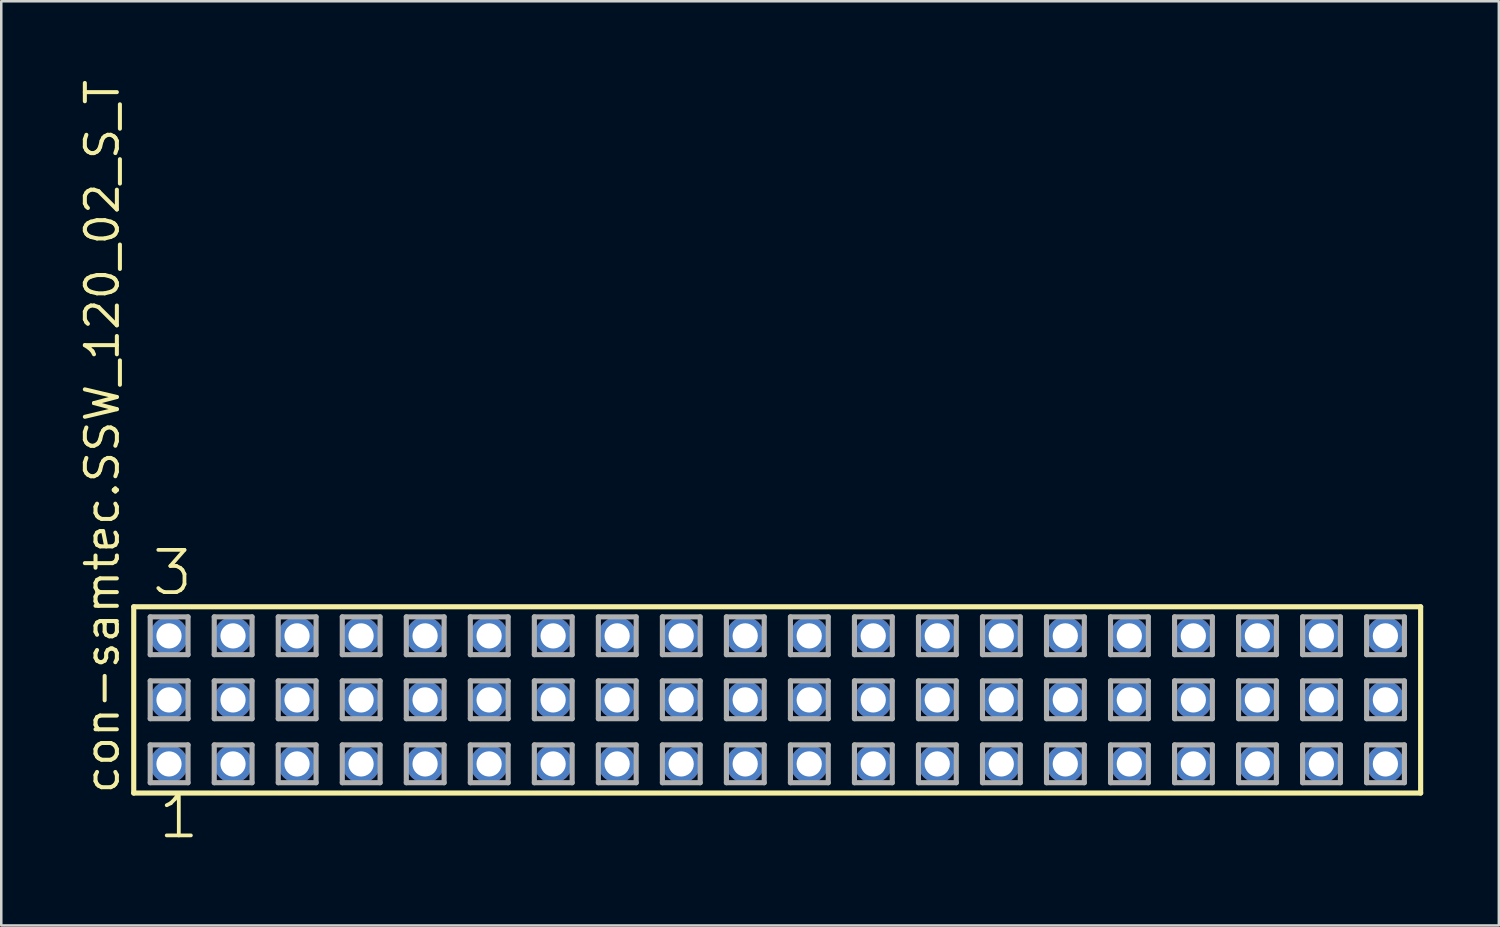
<source format=kicad_pcb>
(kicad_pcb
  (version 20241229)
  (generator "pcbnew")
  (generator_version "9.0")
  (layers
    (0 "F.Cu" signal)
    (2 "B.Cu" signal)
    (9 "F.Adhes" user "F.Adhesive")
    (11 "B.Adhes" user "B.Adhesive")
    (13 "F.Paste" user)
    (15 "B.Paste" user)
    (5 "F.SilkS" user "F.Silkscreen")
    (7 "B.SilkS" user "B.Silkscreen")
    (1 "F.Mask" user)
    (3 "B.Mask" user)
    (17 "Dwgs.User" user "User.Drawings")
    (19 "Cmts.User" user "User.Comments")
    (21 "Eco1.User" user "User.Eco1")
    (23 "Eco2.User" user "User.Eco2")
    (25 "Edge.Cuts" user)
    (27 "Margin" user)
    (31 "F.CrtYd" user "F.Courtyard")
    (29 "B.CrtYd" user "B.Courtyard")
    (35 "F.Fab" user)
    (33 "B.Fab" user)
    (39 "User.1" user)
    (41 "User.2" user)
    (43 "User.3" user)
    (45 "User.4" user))
  (footprint "con-samtec.SSW_120_02_S_T"
    (layer "F.Cu")
    (at 27.785 24.719)
    (property "Reference" "con-samtec.SSW_120_02_S_T" (at -26.035 3.81 90) (layer "F.SilkS") (effects (font (size 1.27 1.27) (thickness 0.16)) (justify left bottom)))
    (attr through_hole)
    (fp_line (start -25.529 -3.695) (end 25.529 -3.695) (stroke (width 0.203) (type default)) (layer "F.SilkS"))
    (fp_line (start -25.529 3.695) (end -25.529 -3.695) (stroke (width 0.203) (type default)) (layer "F.SilkS"))
    (fp_line (start 25.529 -3.695) (end 25.529 3.695) (stroke (width 0.203) (type default)) (layer "F.SilkS"))
    (fp_line (start 25.529 3.695) (end -25.529 3.695) (stroke (width 0.203) (type default)) (layer "F.SilkS"))
    (fp_line (start -24.875 -3.295) (end -23.375 -3.295) (stroke (width 0.203) (type default)) (layer "F.Fab"))
    (fp_line (start -24.875 -1.795) (end -24.875 -3.295) (stroke (width 0.203) (type default)) (layer "F.Fab"))
    (fp_line (start -24.875 -0.755) (end -23.375 -0.755) (stroke (width 0.203) (type default)) (layer "F.Fab"))
    (fp_line (start -24.875 0.745) (end -24.875 -0.755) (stroke (width 0.203) (type default)) (layer "F.Fab"))
    (fp_line (start -24.875 1.785) (end -23.375 1.785) (stroke (width 0.203) (type default)) (layer "F.Fab"))
    (fp_line (start -24.875 3.285) (end -24.875 1.785) (stroke (width 0.203) (type default)) (layer "F.Fab"))
    (fp_line (start -23.375 -3.295) (end -23.375 -1.795) (stroke (width 0.203) (type default)) (layer "F.Fab"))
    (fp_line (start -23.375 -1.795) (end -24.875 -1.795) (stroke (width 0.203) (type default)) (layer "F.Fab"))
    (fp_line (start -23.375 -0.755) (end -23.375 0.745) (stroke (width 0.203) (type default)) (layer "F.Fab"))
    (fp_line (start -23.375 0.745) (end -24.875 0.745) (stroke (width 0.203) (type default)) (layer "F.Fab"))
    (fp_line (start -23.375 1.785) (end -23.375 3.285) (stroke (width 0.203) (type default)) (layer "F.Fab"))
    (fp_line (start -23.375 3.285) (end -24.875 3.285) (stroke (width 0.203) (type default)) (layer "F.Fab"))
    (fp_line (start -22.335 -3.295) (end -20.835 -3.295) (stroke (width 0.203) (type default)) (layer "F.Fab"))
    (fp_line (start -22.335 -1.795) (end -22.335 -3.295) (stroke (width 0.203) (type default)) (layer "F.Fab"))
    (fp_line (start -22.335 -0.755) (end -20.835 -0.755) (stroke (width 0.203) (type default)) (layer "F.Fab"))
    (fp_line (start -22.335 0.745) (end -22.335 -0.755) (stroke (width 0.203) (type default)) (layer "F.Fab"))
    (fp_line (start -22.335 1.785) (end -20.835 1.785) (stroke (width 0.203) (type default)) (layer "F.Fab"))
    (fp_line (start -22.335 3.285) (end -22.335 1.785) (stroke (width 0.203) (type default)) (layer "F.Fab"))
    (fp_line (start -20.835 -3.295) (end -20.835 -1.795) (stroke (width 0.203) (type default)) (layer "F.Fab"))
    (fp_line (start -20.835 -1.795) (end -22.335 -1.795) (stroke (width 0.203) (type default)) (layer "F.Fab"))
    (fp_line (start -20.835 -0.755) (end -20.835 0.745) (stroke (width 0.203) (type default)) (layer "F.Fab"))
    (fp_line (start -20.835 0.745) (end -22.335 0.745) (stroke (width 0.203) (type default)) (layer "F.Fab"))
    (fp_line (start -20.835 1.785) (end -20.835 3.285) (stroke (width 0.203) (type default)) (layer "F.Fab"))
    (fp_line (start -20.835 3.285) (end -22.335 3.285) (stroke (width 0.203) (type default)) (layer "F.Fab"))
    (fp_line (start -19.795 -3.295) (end -18.295 -3.295) (stroke (width 0.203) (type default)) (layer "F.Fab"))
    (fp_line (start -19.795 -1.795) (end -19.795 -3.295) (stroke (width 0.203) (type default)) (layer "F.Fab"))
    (fp_line (start -19.795 -0.755) (end -18.295 -0.755) (stroke (width 0.203) (type default)) (layer "F.Fab"))
    (fp_line (start -19.795 0.745) (end -19.795 -0.755) (stroke (width 0.203) (type default)) (layer "F.Fab"))
    (fp_line (start -19.795 1.785) (end -18.295 1.785) (stroke (width 0.203) (type default)) (layer "F.Fab"))
    (fp_line (start -19.795 3.285) (end -19.795 1.785) (stroke (width 0.203) (type default)) (layer "F.Fab"))
    (fp_line (start -18.295 -3.295) (end -18.295 -1.795) (stroke (width 0.203) (type default)) (layer "F.Fab"))
    (fp_line (start -18.295 -1.795) (end -19.795 -1.795) (stroke (width 0.203) (type default)) (layer "F.Fab"))
    (fp_line (start -18.295 -0.755) (end -18.295 0.745) (stroke (width 0.203) (type default)) (layer "F.Fab"))
    (fp_line (start -18.295 0.745) (end -19.795 0.745) (stroke (width 0.203) (type default)) (layer "F.Fab"))
    (fp_line (start -18.295 1.785) (end -18.295 3.285) (stroke (width 0.203) (type default)) (layer "F.Fab"))
    (fp_line (start -18.295 3.285) (end -19.795 3.285) (stroke (width 0.203) (type default)) (layer "F.Fab"))
    (fp_line (start -17.255 -3.295) (end -15.755 -3.295) (stroke (width 0.203) (type default)) (layer "F.Fab"))
    (fp_line (start -17.255 -1.795) (end -17.255 -3.295) (stroke (width 0.203) (type default)) (layer "F.Fab"))
    (fp_line (start -17.255 -0.755) (end -15.755 -0.755) (stroke (width 0.203) (type default)) (layer "F.Fab"))
    (fp_line (start -17.255 0.745) (end -17.255 -0.755) (stroke (width 0.203) (type default)) (layer "F.Fab"))
    (fp_line (start -17.255 1.785) (end -15.755 1.785) (stroke (width 0.203) (type default)) (layer "F.Fab"))
    (fp_line (start -17.255 3.285) (end -17.255 1.785) (stroke (width 0.203) (type default)) (layer "F.Fab"))
    (fp_line (start -15.755 -3.295) (end -15.755 -1.795) (stroke (width 0.203) (type default)) (layer "F.Fab"))
    (fp_line (start -15.755 -1.795) (end -17.255 -1.795) (stroke (width 0.203) (type default)) (layer "F.Fab"))
    (fp_line (start -15.755 -0.755) (end -15.755 0.745) (stroke (width 0.203) (type default)) (layer "F.Fab"))
    (fp_line (start -15.755 0.745) (end -17.255 0.745) (stroke (width 0.203) (type default)) (layer "F.Fab"))
    (fp_line (start -15.755 1.785) (end -15.755 3.285) (stroke (width 0.203) (type default)) (layer "F.Fab"))
    (fp_line (start -15.755 3.285) (end -17.255 3.285) (stroke (width 0.203) (type default)) (layer "F.Fab"))
    (fp_line (start -14.715 -3.295) (end -13.215 -3.295) (stroke (width 0.203) (type default)) (layer "F.Fab"))
    (fp_line (start -14.715 -1.795) (end -14.715 -3.295) (stroke (width 0.203) (type default)) (layer "F.Fab"))
    (fp_line (start -14.715 -0.755) (end -13.215 -0.755) (stroke (width 0.203) (type default)) (layer "F.Fab"))
    (fp_line (start -14.715 0.745) (end -14.715 -0.755) (stroke (width 0.203) (type default)) (layer "F.Fab"))
    (fp_line (start -14.715 1.785) (end -13.215 1.785) (stroke (width 0.203) (type default)) (layer "F.Fab"))
    (fp_line (start -14.715 3.285) (end -14.715 1.785) (stroke (width 0.203) (type default)) (layer "F.Fab"))
    (fp_line (start -13.215 -3.295) (end -13.215 -1.795) (stroke (width 0.203) (type default)) (layer "F.Fab"))
    (fp_line (start -13.215 -1.795) (end -14.715 -1.795) (stroke (width 0.203) (type default)) (layer "F.Fab"))
    (fp_line (start -13.215 -0.755) (end -13.215 0.745) (stroke (width 0.203) (type default)) (layer "F.Fab"))
    (fp_line (start -13.215 0.745) (end -14.715 0.745) (stroke (width 0.203) (type default)) (layer "F.Fab"))
    (fp_line (start -13.215 1.785) (end -13.215 3.285) (stroke (width 0.203) (type default)) (layer "F.Fab"))
    (fp_line (start -13.215 3.285) (end -14.715 3.285) (stroke (width 0.203) (type default)) (layer "F.Fab"))
    (fp_line (start -12.175 -3.295) (end -10.675 -3.295) (stroke (width 0.203) (type default)) (layer "F.Fab"))
    (fp_line (start -12.175 -1.795) (end -12.175 -3.295) (stroke (width 0.203) (type default)) (layer "F.Fab"))
    (fp_line (start -12.175 -0.755) (end -10.675 -0.755) (stroke (width 0.203) (type default)) (layer "F.Fab"))
    (fp_line (start -12.175 0.745) (end -12.175 -0.755) (stroke (width 0.203) (type default)) (layer "F.Fab"))
    (fp_line (start -12.175 1.785) (end -10.675 1.785) (stroke (width 0.203) (type default)) (layer "F.Fab"))
    (fp_line (start -12.175 3.285) (end -12.175 1.785) (stroke (width 0.203) (type default)) (layer "F.Fab"))
    (fp_line (start -10.675 -3.295) (end -10.675 -1.795) (stroke (width 0.203) (type default)) (layer "F.Fab"))
    (fp_line (start -10.675 -1.795) (end -12.175 -1.795) (stroke (width 0.203) (type default)) (layer "F.Fab"))
    (fp_line (start -10.675 -0.755) (end -10.675 0.745) (stroke (width 0.203) (type default)) (layer "F.Fab"))
    (fp_line (start -10.675 0.745) (end -12.175 0.745) (stroke (width 0.203) (type default)) (layer "F.Fab"))
    (fp_line (start -10.675 1.785) (end -10.675 3.285) (stroke (width 0.203) (type default)) (layer "F.Fab"))
    (fp_line (start -10.675 3.285) (end -12.175 3.285) (stroke (width 0.203) (type default)) (layer "F.Fab"))
    (fp_line (start -9.635 -3.295) (end -8.135 -3.295) (stroke (width 0.203) (type default)) (layer "F.Fab"))
    (fp_line (start -9.635 -1.795) (end -9.635 -3.295) (stroke (width 0.203) (type default)) (layer "F.Fab"))
    (fp_line (start -9.635 -0.755) (end -8.135 -0.755) (stroke (width 0.203) (type default)) (layer "F.Fab"))
    (fp_line (start -9.635 0.745) (end -9.635 -0.755) (stroke (width 0.203) (type default)) (layer "F.Fab"))
    (fp_line (start -9.635 1.785) (end -8.135 1.785) (stroke (width 0.203) (type default)) (layer "F.Fab"))
    (fp_line (start -9.635 3.285) (end -9.635 1.785) (stroke (width 0.203) (type default)) (layer "F.Fab"))
    (fp_line (start -8.135 -3.295) (end -8.135 -1.795) (stroke (width 0.203) (type default)) (layer "F.Fab"))
    (fp_line (start -8.135 -1.795) (end -9.635 -1.795) (stroke (width 0.203) (type default)) (layer "F.Fab"))
    (fp_line (start -8.135 -0.755) (end -8.135 0.745) (stroke (width 0.203) (type default)) (layer "F.Fab"))
    (fp_line (start -8.135 0.745) (end -9.635 0.745) (stroke (width 0.203) (type default)) (layer "F.Fab"))
    (fp_line (start -8.135 1.785) (end -8.135 3.285) (stroke (width 0.203) (type default)) (layer "F.Fab"))
    (fp_line (start -8.135 3.285) (end -9.635 3.285) (stroke (width 0.203) (type default)) (layer "F.Fab"))
    (fp_line (start -7.095 -3.295) (end -5.595 -3.295) (stroke (width 0.203) (type default)) (layer "F.Fab"))
    (fp_line (start -7.095 -1.795) (end -7.095 -3.295) (stroke (width 0.203) (type default)) (layer "F.Fab"))
    (fp_line (start -7.095 -0.755) (end -5.595 -0.755) (stroke (width 0.203) (type default)) (layer "F.Fab"))
    (fp_line (start -7.095 0.745) (end -7.095 -0.755) (stroke (width 0.203) (type default)) (layer "F.Fab"))
    (fp_line (start -7.095 1.785) (end -5.595 1.785) (stroke (width 0.203) (type default)) (layer "F.Fab"))
    (fp_line (start -7.095 3.285) (end -7.095 1.785) (stroke (width 0.203) (type default)) (layer "F.Fab"))
    (fp_line (start -5.595 -3.295) (end -5.595 -1.795) (stroke (width 0.203) (type default)) (layer "F.Fab"))
    (fp_line (start -5.595 -1.795) (end -7.095 -1.795) (stroke (width 0.203) (type default)) (layer "F.Fab"))
    (fp_line (start -5.595 -0.755) (end -5.595 0.745) (stroke (width 0.203) (type default)) (layer "F.Fab"))
    (fp_line (start -5.595 0.745) (end -7.095 0.745) (stroke (width 0.203) (type default)) (layer "F.Fab"))
    (fp_line (start -5.595 1.785) (end -5.595 3.285) (stroke (width 0.203) (type default)) (layer "F.Fab"))
    (fp_line (start -5.595 3.285) (end -7.095 3.285) (stroke (width 0.203) (type default)) (layer "F.Fab"))
    (fp_line (start -4.555 -3.295) (end -3.055 -3.295) (stroke (width 0.203) (type default)) (layer "F.Fab"))
    (fp_line (start -4.555 -1.795) (end -4.555 -3.295) (stroke (width 0.203) (type default)) (layer "F.Fab"))
    (fp_line (start -4.555 -0.755) (end -3.055 -0.755) (stroke (width 0.203) (type default)) (layer "F.Fab"))
    (fp_line (start -4.555 0.745) (end -4.555 -0.755) (stroke (width 0.203) (type default)) (layer "F.Fab"))
    (fp_line (start -4.555 1.785) (end -3.055 1.785) (stroke (width 0.203) (type default)) (layer "F.Fab"))
    (fp_line (start -4.555 3.285) (end -4.555 1.785) (stroke (width 0.203) (type default)) (layer "F.Fab"))
    (fp_line (start -3.055 -3.295) (end -3.055 -1.795) (stroke (width 0.203) (type default)) (layer "F.Fab"))
    (fp_line (start -3.055 -1.795) (end -4.555 -1.795) (stroke (width 0.203) (type default)) (layer "F.Fab"))
    (fp_line (start -3.055 -0.755) (end -3.055 0.745) (stroke (width 0.203) (type default)) (layer "F.Fab"))
    (fp_line (start -3.055 0.745) (end -4.555 0.745) (stroke (width 0.203) (type default)) (layer "F.Fab"))
    (fp_line (start -3.055 1.785) (end -3.055 3.285) (stroke (width 0.203) (type default)) (layer "F.Fab"))
    (fp_line (start -3.055 3.285) (end -4.555 3.285) (stroke (width 0.203) (type default)) (layer "F.Fab"))
    (fp_line (start -2.015 -3.295) (end -0.515 -3.295) (stroke (width 0.203) (type default)) (layer "F.Fab"))
    (fp_line (start -2.015 -1.795) (end -2.015 -3.295) (stroke (width 0.203) (type default)) (layer "F.Fab"))
    (fp_line (start -2.015 -0.755) (end -0.515 -0.755) (stroke (width 0.203) (type default)) (layer "F.Fab"))
    (fp_line (start -2.015 0.745) (end -2.015 -0.755) (stroke (width 0.203) (type default)) (layer "F.Fab"))
    (fp_line (start -2.015 1.785) (end -0.515 1.785) (stroke (width 0.203) (type default)) (layer "F.Fab"))
    (fp_line (start -2.015 3.285) (end -2.015 1.785) (stroke (width 0.203) (type default)) (layer "F.Fab"))
    (fp_line (start -0.515 -3.295) (end -0.515 -1.795) (stroke (width 0.203) (type default)) (layer "F.Fab"))
    (fp_line (start -0.515 -1.795) (end -2.015 -1.795) (stroke (width 0.203) (type default)) (layer "F.Fab"))
    (fp_line (start -0.515 -0.755) (end -0.515 0.745) (stroke (width 0.203) (type default)) (layer "F.Fab"))
    (fp_line (start -0.515 0.745) (end -2.015 0.745) (stroke (width 0.203) (type default)) (layer "F.Fab"))
    (fp_line (start -0.515 1.785) (end -0.515 3.285) (stroke (width 0.203) (type default)) (layer "F.Fab"))
    (fp_line (start -0.515 3.285) (end -2.015 3.285) (stroke (width 0.203) (type default)) (layer "F.Fab"))
    (fp_line (start 0.525 -3.295) (end 2.025 -3.295) (stroke (width 0.203) (type default)) (layer "F.Fab"))
    (fp_line (start 0.525 -1.795) (end 0.525 -3.295) (stroke (width 0.203) (type default)) (layer "F.Fab"))
    (fp_line (start 0.525 -0.755) (end 2.025 -0.755) (stroke (width 0.203) (type default)) (layer "F.Fab"))
    (fp_line (start 0.525 0.745) (end 0.525 -0.755) (stroke (width 0.203) (type default)) (layer "F.Fab"))
    (fp_line (start 0.525 1.785) (end 2.025 1.785) (stroke (width 0.203) (type default)) (layer "F.Fab"))
    (fp_line (start 0.525 3.285) (end 0.525 1.785) (stroke (width 0.203) (type default)) (layer "F.Fab"))
    (fp_line (start 2.025 -3.295) (end 2.025 -1.795) (stroke (width 0.203) (type default)) (layer "F.Fab"))
    (fp_line (start 2.025 -1.795) (end 0.525 -1.795) (stroke (width 0.203) (type default)) (layer "F.Fab"))
    (fp_line (start 2.025 -0.755) (end 2.025 0.745) (stroke (width 0.203) (type default)) (layer "F.Fab"))
    (fp_line (start 2.025 0.745) (end 0.525 0.745) (stroke (width 0.203) (type default)) (layer "F.Fab"))
    (fp_line (start 2.025 1.785) (end 2.025 3.285) (stroke (width 0.203) (type default)) (layer "F.Fab"))
    (fp_line (start 2.025 3.285) (end 0.525 3.285) (stroke (width 0.203) (type default)) (layer "F.Fab"))
    (fp_line (start 3.065 -3.295) (end 4.565 -3.295) (stroke (width 0.203) (type default)) (layer "F.Fab"))
    (fp_line (start 3.065 -1.795) (end 3.065 -3.295) (stroke (width 0.203) (type default)) (layer "F.Fab"))
    (fp_line (start 3.065 -0.755) (end 4.565 -0.755) (stroke (width 0.203) (type default)) (layer "F.Fab"))
    (fp_line (start 3.065 0.745) (end 3.065 -0.755) (stroke (width 0.203) (type default)) (layer "F.Fab"))
    (fp_line (start 3.065 1.785) (end 4.565 1.785) (stroke (width 0.203) (type default)) (layer "F.Fab"))
    (fp_line (start 3.065 3.285) (end 3.065 1.785) (stroke (width 0.203) (type default)) (layer "F.Fab"))
    (fp_line (start 4.565 -3.295) (end 4.565 -1.795) (stroke (width 0.203) (type default)) (layer "F.Fab"))
    (fp_line (start 4.565 -1.795) (end 3.065 -1.795) (stroke (width 0.203) (type default)) (layer "F.Fab"))
    (fp_line (start 4.565 -0.755) (end 4.565 0.745) (stroke (width 0.203) (type default)) (layer "F.Fab"))
    (fp_line (start 4.565 0.745) (end 3.065 0.745) (stroke (width 0.203) (type default)) (layer "F.Fab"))
    (fp_line (start 4.565 1.785) (end 4.565 3.285) (stroke (width 0.203) (type default)) (layer "F.Fab"))
    (fp_line (start 4.565 3.285) (end 3.065 3.285) (stroke (width 0.203) (type default)) (layer "F.Fab"))
    (fp_line (start 5.605 -3.295) (end 7.105 -3.295) (stroke (width 0.203) (type default)) (layer "F.Fab"))
    (fp_line (start 5.605 -1.795) (end 5.605 -3.295) (stroke (width 0.203) (type default)) (layer "F.Fab"))
    (fp_line (start 5.605 -0.755) (end 7.105 -0.755) (stroke (width 0.203) (type default)) (layer "F.Fab"))
    (fp_line (start 5.605 0.745) (end 5.605 -0.755) (stroke (width 0.203) (type default)) (layer "F.Fab"))
    (fp_line (start 5.605 1.785) (end 7.105 1.785) (stroke (width 0.203) (type default)) (layer "F.Fab"))
    (fp_line (start 5.605 3.285) (end 5.605 1.785) (stroke (width 0.203) (type default)) (layer "F.Fab"))
    (fp_line (start 7.105 -3.295) (end 7.105 -1.795) (stroke (width 0.203) (type default)) (layer "F.Fab"))
    (fp_line (start 7.105 -1.795) (end 5.605 -1.795) (stroke (width 0.203) (type default)) (layer "F.Fab"))
    (fp_line (start 7.105 -0.755) (end 7.105 0.745) (stroke (width 0.203) (type default)) (layer "F.Fab"))
    (fp_line (start 7.105 0.745) (end 5.605 0.745) (stroke (width 0.203) (type default)) (layer "F.Fab"))
    (fp_line (start 7.105 1.785) (end 7.105 3.285) (stroke (width 0.203) (type default)) (layer "F.Fab"))
    (fp_line (start 7.105 3.285) (end 5.605 3.285) (stroke (width 0.203) (type default)) (layer "F.Fab"))
    (fp_line (start 8.145 -3.295) (end 9.645 -3.295) (stroke (width 0.203) (type default)) (layer "F.Fab"))
    (fp_line (start 8.145 -1.795) (end 8.145 -3.295) (stroke (width 0.203) (type default)) (layer "F.Fab"))
    (fp_line (start 8.145 -0.755) (end 9.645 -0.755) (stroke (width 0.203) (type default)) (layer "F.Fab"))
    (fp_line (start 8.145 0.745) (end 8.145 -0.755) (stroke (width 0.203) (type default)) (layer "F.Fab"))
    (fp_line (start 8.145 1.785) (end 9.645 1.785) (stroke (width 0.203) (type default)) (layer "F.Fab"))
    (fp_line (start 8.145 3.285) (end 8.145 1.785) (stroke (width 0.203) (type default)) (layer "F.Fab"))
    (fp_line (start 9.645 -3.295) (end 9.645 -1.795) (stroke (width 0.203) (type default)) (layer "F.Fab"))
    (fp_line (start 9.645 -1.795) (end 8.145 -1.795) (stroke (width 0.203) (type default)) (layer "F.Fab"))
    (fp_line (start 9.645 -0.755) (end 9.645 0.745) (stroke (width 0.203) (type default)) (layer "F.Fab"))
    (fp_line (start 9.645 0.745) (end 8.145 0.745) (stroke (width 0.203) (type default)) (layer "F.Fab"))
    (fp_line (start 9.645 1.785) (end 9.645 3.285) (stroke (width 0.203) (type default)) (layer "F.Fab"))
    (fp_line (start 9.645 3.285) (end 8.145 3.285) (stroke (width 0.203) (type default)) (layer "F.Fab"))
    (fp_line (start 10.685 -3.295) (end 12.185 -3.295) (stroke (width 0.203) (type default)) (layer "F.Fab"))
    (fp_line (start 10.685 -1.795) (end 10.685 -3.295) (stroke (width 0.203) (type default)) (layer "F.Fab"))
    (fp_line (start 10.685 -0.755) (end 12.185 -0.755) (stroke (width 0.203) (type default)) (layer "F.Fab"))
    (fp_line (start 10.685 0.745) (end 10.685 -0.755) (stroke (width 0.203) (type default)) (layer "F.Fab"))
    (fp_line (start 10.685 1.785) (end 12.185 1.785) (stroke (width 0.203) (type default)) (layer "F.Fab"))
    (fp_line (start 10.685 3.285) (end 10.685 1.785) (stroke (width 0.203) (type default)) (layer "F.Fab"))
    (fp_line (start 12.185 -3.295) (end 12.185 -1.795) (stroke (width 0.203) (type default)) (layer "F.Fab"))
    (fp_line (start 12.185 -1.795) (end 10.685 -1.795) (stroke (width 0.203) (type default)) (layer "F.Fab"))
    (fp_line (start 12.185 -0.755) (end 12.185 0.745) (stroke (width 0.203) (type default)) (layer "F.Fab"))
    (fp_line (start 12.185 0.745) (end 10.685 0.745) (stroke (width 0.203) (type default)) (layer "F.Fab"))
    (fp_line (start 12.185 1.785) (end 12.185 3.285) (stroke (width 0.203) (type default)) (layer "F.Fab"))
    (fp_line (start 12.185 3.285) (end 10.685 3.285) (stroke (width 0.203) (type default)) (layer "F.Fab"))
    (fp_line (start 13.225 -3.295) (end 14.725 -3.295) (stroke (width 0.203) (type default)) (layer "F.Fab"))
    (fp_line (start 13.225 -1.795) (end 13.225 -3.295) (stroke (width 0.203) (type default)) (layer "F.Fab"))
    (fp_line (start 13.225 -0.755) (end 14.725 -0.755) (stroke (width 0.203) (type default)) (layer "F.Fab"))
    (fp_line (start 13.225 0.745) (end 13.225 -0.755) (stroke (width 0.203) (type default)) (layer "F.Fab"))
    (fp_line (start 13.225 1.785) (end 14.725 1.785) (stroke (width 0.203) (type default)) (layer "F.Fab"))
    (fp_line (start 13.225 3.285) (end 13.225 1.785) (stroke (width 0.203) (type default)) (layer "F.Fab"))
    (fp_line (start 14.725 -3.295) (end 14.725 -1.795) (stroke (width 0.203) (type default)) (layer "F.Fab"))
    (fp_line (start 14.725 -1.795) (end 13.225 -1.795) (stroke (width 0.203) (type default)) (layer "F.Fab"))
    (fp_line (start 14.725 -0.755) (end 14.725 0.745) (stroke (width 0.203) (type default)) (layer "F.Fab"))
    (fp_line (start 14.725 0.745) (end 13.225 0.745) (stroke (width 0.203) (type default)) (layer "F.Fab"))
    (fp_line (start 14.725 1.785) (end 14.725 3.285) (stroke (width 0.203) (type default)) (layer "F.Fab"))
    (fp_line (start 14.725 3.285) (end 13.225 3.285) (stroke (width 0.203) (type default)) (layer "F.Fab"))
    (fp_line (start 15.765 -3.295) (end 17.265 -3.295) (stroke (width 0.203) (type default)) (layer "F.Fab"))
    (fp_line (start 15.765 -1.795) (end 15.765 -3.295) (stroke (width 0.203) (type default)) (layer "F.Fab"))
    (fp_line (start 15.765 -0.755) (end 17.265 -0.755) (stroke (width 0.203) (type default)) (layer "F.Fab"))
    (fp_line (start 15.765 0.745) (end 15.765 -0.755) (stroke (width 0.203) (type default)) (layer "F.Fab"))
    (fp_line (start 15.765 1.785) (end 17.265 1.785) (stroke (width 0.203) (type default)) (layer "F.Fab"))
    (fp_line (start 15.765 3.285) (end 15.765 1.785) (stroke (width 0.203) (type default)) (layer "F.Fab"))
    (fp_line (start 17.265 -3.295) (end 17.265 -1.795) (stroke (width 0.203) (type default)) (layer "F.Fab"))
    (fp_line (start 17.265 -1.795) (end 15.765 -1.795) (stroke (width 0.203) (type default)) (layer "F.Fab"))
    (fp_line (start 17.265 -0.755) (end 17.265 0.745) (stroke (width 0.203) (type default)) (layer "F.Fab"))
    (fp_line (start 17.265 0.745) (end 15.765 0.745) (stroke (width 0.203) (type default)) (layer "F.Fab"))
    (fp_line (start 17.265 1.785) (end 17.265 3.285) (stroke (width 0.203) (type default)) (layer "F.Fab"))
    (fp_line (start 17.265 3.285) (end 15.765 3.285) (stroke (width 0.203) (type default)) (layer "F.Fab"))
    (fp_line (start 18.305 -3.295) (end 19.805 -3.295) (stroke (width 0.203) (type default)) (layer "F.Fab"))
    (fp_line (start 18.305 -1.795) (end 18.305 -3.295) (stroke (width 0.203) (type default)) (layer "F.Fab"))
    (fp_line (start 18.305 -0.755) (end 19.805 -0.755) (stroke (width 0.203) (type default)) (layer "F.Fab"))
    (fp_line (start 18.305 0.745) (end 18.305 -0.755) (stroke (width 0.203) (type default)) (layer "F.Fab"))
    (fp_line (start 18.305 1.785) (end 19.805 1.785) (stroke (width 0.203) (type default)) (layer "F.Fab"))
    (fp_line (start 18.305 3.285) (end 18.305 1.785) (stroke (width 0.203) (type default)) (layer "F.Fab"))
    (fp_line (start 19.805 -3.295) (end 19.805 -1.795) (stroke (width 0.203) (type default)) (layer "F.Fab"))
    (fp_line (start 19.805 -1.795) (end 18.305 -1.795) (stroke (width 0.203) (type default)) (layer "F.Fab"))
    (fp_line (start 19.805 -0.755) (end 19.805 0.745) (stroke (width 0.203) (type default)) (layer "F.Fab"))
    (fp_line (start 19.805 0.745) (end 18.305 0.745) (stroke (width 0.203) (type default)) (layer "F.Fab"))
    (fp_line (start 19.805 1.785) (end 19.805 3.285) (stroke (width 0.203) (type default)) (layer "F.Fab"))
    (fp_line (start 19.805 3.285) (end 18.305 3.285) (stroke (width 0.203) (type default)) (layer "F.Fab"))
    (fp_line (start 20.845 -3.295) (end 22.345 -3.295) (stroke (width 0.203) (type default)) (layer "F.Fab"))
    (fp_line (start 20.845 -1.795) (end 20.845 -3.295) (stroke (width 0.203) (type default)) (layer "F.Fab"))
    (fp_line (start 20.845 -0.755) (end 22.345 -0.755) (stroke (width 0.203) (type default)) (layer "F.Fab"))
    (fp_line (start 20.845 0.745) (end 20.845 -0.755) (stroke (width 0.203) (type default)) (layer "F.Fab"))
    (fp_line (start 20.845 1.785) (end 22.345 1.785) (stroke (width 0.203) (type default)) (layer "F.Fab"))
    (fp_line (start 20.845 3.285) (end 20.845 1.785) (stroke (width 0.203) (type default)) (layer "F.Fab"))
    (fp_line (start 22.345 -3.295) (end 22.345 -1.795) (stroke (width 0.203) (type default)) (layer "F.Fab"))
    (fp_line (start 22.345 -1.795) (end 20.845 -1.795) (stroke (width 0.203) (type default)) (layer "F.Fab"))
    (fp_line (start 22.345 -0.755) (end 22.345 0.745) (stroke (width 0.203) (type default)) (layer "F.Fab"))
    (fp_line (start 22.345 0.745) (end 20.845 0.745) (stroke (width 0.203) (type default)) (layer "F.Fab"))
    (fp_line (start 22.345 1.785) (end 22.345 3.285) (stroke (width 0.203) (type default)) (layer "F.Fab"))
    (fp_line (start 22.345 3.285) (end 20.845 3.285) (stroke (width 0.203) (type default)) (layer "F.Fab"))
    (fp_line (start 23.385 -3.295) (end 24.885 -3.295) (stroke (width 0.203) (type default)) (layer "F.Fab"))
    (fp_line (start 23.385 -1.795) (end 23.385 -3.295) (stroke (width 0.203) (type default)) (layer "F.Fab"))
    (fp_line (start 23.385 -0.755) (end 24.885 -0.755) (stroke (width 0.203) (type default)) (layer "F.Fab"))
    (fp_line (start 23.385 0.745) (end 23.385 -0.755) (stroke (width 0.203) (type default)) (layer "F.Fab"))
    (fp_line (start 23.385 1.785) (end 24.885 1.785) (stroke (width 0.203) (type default)) (layer "F.Fab"))
    (fp_line (start 23.385 3.285) (end 23.385 1.785) (stroke (width 0.203) (type default)) (layer "F.Fab"))
    (fp_line (start 24.885 -3.295) (end 24.885 -1.795) (stroke (width 0.203) (type default)) (layer "F.Fab"))
    (fp_line (start 24.885 -1.795) (end 23.385 -1.795) (stroke (width 0.203) (type default)) (layer "F.Fab"))
    (fp_line (start 24.885 -0.755) (end 24.885 0.745) (stroke (width 0.203) (type default)) (layer "F.Fab"))
    (fp_line (start 24.885 0.745) (end 23.385 0.745) (stroke (width 0.203) (type default)) (layer "F.Fab"))
    (fp_line (start 24.885 1.785) (end 24.885 3.285) (stroke (width 0.203) (type default)) (layer "F.Fab"))
    (fp_line (start 24.885 3.285) (end 23.385 3.285) (stroke (width 0.203) (type default)) (layer "F.Fab"))
    (fp_text user "1" (at -24.638 5.588 0) (layer "F.SilkS") (effects (font (size 1.676 1.676) (thickness 0.15)) (justify left bottom)))
    (fp_text user "3" (at -24.892 -4.064 0) (layer "F.SilkS") (effects (font (size 1.676 1.676) (thickness 0.15)) (justify left bottom)))
    (pad "1" thru_hole circle (at -24.13 2.54) (size 1.5 1.5) (drill 1) (layers "*.Cu" "*.Mask"))
    (pad "2" thru_hole circle (at -24.13 0) (size 1.5 1.5) (drill 1) (layers "*.Cu" "*.Mask"))
    (pad "3" thru_hole circle (at -24.13 -2.54) (size 1.5 1.5) (drill 1) (layers "*.Cu" "*.Mask"))
    (pad "4" thru_hole circle (at -21.59 2.54) (size 1.5 1.5) (drill 1) (layers "*.Cu" "*.Mask"))
    (pad "5" thru_hole circle (at -21.59 0) (size 1.5 1.5) (drill 1) (layers "*.Cu" "*.Mask"))
    (pad "6" thru_hole circle (at -21.59 -2.54) (size 1.5 1.5) (drill 1) (layers "*.Cu" "*.Mask"))
    (pad "7" thru_hole circle (at -19.05 2.54) (size 1.5 1.5) (drill 1) (layers "*.Cu" "*.Mask"))
    (pad "8" thru_hole circle (at -19.05 0) (size 1.5 1.5) (drill 1) (layers "*.Cu" "*.Mask"))
    (pad "9" thru_hole circle (at -19.05 -2.54) (size 1.5 1.5) (drill 1) (layers "*.Cu" "*.Mask"))
    (pad "10" thru_hole circle (at -16.51 2.54) (size 1.5 1.5) (drill 1) (layers "*.Cu" "*.Mask"))
    (pad "11" thru_hole circle (at -16.51 0) (size 1.5 1.5) (drill 1) (layers "*.Cu" "*.Mask"))
    (pad "12" thru_hole circle (at -16.51 -2.54) (size 1.5 1.5) (drill 1) (layers "*.Cu" "*.Mask"))
    (pad "13" thru_hole circle (at -13.97 2.54) (size 1.5 1.5) (drill 1) (layers "*.Cu" "*.Mask"))
    (pad "14" thru_hole circle (at -13.97 0) (size 1.5 1.5) (drill 1) (layers "*.Cu" "*.Mask"))
    (pad "15" thru_hole circle (at -13.97 -2.54) (size 1.5 1.5) (drill 1) (layers "*.Cu" "*.Mask"))
    (pad "16" thru_hole circle (at -11.43 2.54) (size 1.5 1.5) (drill 1) (layers "*.Cu" "*.Mask"))
    (pad "17" thru_hole circle (at -11.43 0) (size 1.5 1.5) (drill 1) (layers "*.Cu" "*.Mask"))
    (pad "18" thru_hole circle (at -11.43 -2.54) (size 1.5 1.5) (drill 1) (layers "*.Cu" "*.Mask"))
    (pad "19" thru_hole circle (at -8.89 2.54) (size 1.5 1.5) (drill 1) (layers "*.Cu" "*.Mask"))
    (pad "20" thru_hole circle (at -8.89 0) (size 1.5 1.5) (drill 1) (layers "*.Cu" "*.Mask"))
    (pad "21" thru_hole circle (at -8.89 -2.54) (size 1.5 1.5) (drill 1) (layers "*.Cu" "*.Mask"))
    (pad "22" thru_hole circle (at -6.35 2.54) (size 1.5 1.5) (drill 1) (layers "*.Cu" "*.Mask"))
    (pad "23" thru_hole circle (at -6.35 0) (size 1.5 1.5) (drill 1) (layers "*.Cu" "*.Mask"))
    (pad "24" thru_hole circle (at -6.35 -2.54) (size 1.5 1.5) (drill 1) (layers "*.Cu" "*.Mask"))
    (pad "25" thru_hole circle (at -3.81 2.54) (size 1.5 1.5) (drill 1) (layers "*.Cu" "*.Mask"))
    (pad "26" thru_hole circle (at -3.81 0) (size 1.5 1.5) (drill 1) (layers "*.Cu" "*.Mask"))
    (pad "27" thru_hole circle (at -3.81 -2.54) (size 1.5 1.5) (drill 1) (layers "*.Cu" "*.Mask"))
    (pad "28" thru_hole circle (at -1.27 2.54) (size 1.5 1.5) (drill 1) (layers "*.Cu" "*.Mask"))
    (pad "29" thru_hole circle (at -1.27 0) (size 1.5 1.5) (drill 1) (layers "*.Cu" "*.Mask"))
    (pad "30" thru_hole circle (at -1.27 -2.54) (size 1.5 1.5) (drill 1) (layers "*.Cu" "*.Mask"))
    (pad "31" thru_hole circle (at 1.27 2.54) (size 1.5 1.5) (drill 1) (layers "*.Cu" "*.Mask"))
    (pad "32" thru_hole circle (at 1.27 0) (size 1.5 1.5) (drill 1) (layers "*.Cu" "*.Mask"))
    (pad "33" thru_hole circle (at 1.27 -2.54) (size 1.5 1.5) (drill 1) (layers "*.Cu" "*.Mask"))
    (pad "34" thru_hole circle (at 3.81 2.54) (size 1.5 1.5) (drill 1) (layers "*.Cu" "*.Mask"))
    (pad "35" thru_hole circle (at 3.81 0) (size 1.5 1.5) (drill 1) (layers "*.Cu" "*.Mask"))
    (pad "36" thru_hole circle (at 3.81 -2.54) (size 1.5 1.5) (drill 1) (layers "*.Cu" "*.Mask"))
    (pad "37" thru_hole circle (at 6.35 2.54) (size 1.5 1.5) (drill 1) (layers "*.Cu" "*.Mask"))
    (pad "38" thru_hole circle (at 6.35 0) (size 1.5 1.5) (drill 1) (layers "*.Cu" "*.Mask"))
    (pad "39" thru_hole circle (at 6.35 -2.54) (size 1.5 1.5) (drill 1) (layers "*.Cu" "*.Mask"))
    (pad "40" thru_hole circle (at 8.89 2.54) (size 1.5 1.5) (drill 1) (layers "*.Cu" "*.Mask"))
    (pad "41" thru_hole circle (at 8.89 0) (size 1.5 1.5) (drill 1) (layers "*.Cu" "*.Mask"))
    (pad "42" thru_hole circle (at 8.89 -2.54) (size 1.5 1.5) (drill 1) (layers "*.Cu" "*.Mask"))
    (pad "43" thru_hole circle (at 11.43 2.54) (size 1.5 1.5) (drill 1) (layers "*.Cu" "*.Mask"))
    (pad "44" thru_hole circle (at 11.43 0) (size 1.5 1.5) (drill 1) (layers "*.Cu" "*.Mask"))
    (pad "45" thru_hole circle (at 11.43 -2.54) (size 1.5 1.5) (drill 1) (layers "*.Cu" "*.Mask"))
    (pad "46" thru_hole circle (at 13.97 2.54) (size 1.5 1.5) (drill 1) (layers "*.Cu" "*.Mask"))
    (pad "47" thru_hole circle (at 13.97 0) (size 1.5 1.5) (drill 1) (layers "*.Cu" "*.Mask"))
    (pad "48" thru_hole circle (at 13.97 -2.54) (size 1.5 1.5) (drill 1) (layers "*.Cu" "*.Mask"))
    (pad "49" thru_hole circle (at 16.51 2.54) (size 1.5 1.5) (drill 1) (layers "*.Cu" "*.Mask"))
    (pad "50" thru_hole circle (at 16.51 0) (size 1.5 1.5) (drill 1) (layers "*.Cu" "*.Mask"))
    (pad "51" thru_hole circle (at 16.51 -2.54) (size 1.5 1.5) (drill 1) (layers "*.Cu" "*.Mask"))
    (pad "52" thru_hole circle (at 19.05 2.54) (size 1.5 1.5) (drill 1) (layers "*.Cu" "*.Mask"))
    (pad "53" thru_hole circle (at 19.05 0) (size 1.5 1.5) (drill 1) (layers "*.Cu" "*.Mask"))
    (pad "54" thru_hole circle (at 19.05 -2.54) (size 1.5 1.5) (drill 1) (layers "*.Cu" "*.Mask"))
    (pad "55" thru_hole circle (at 21.59 2.54) (size 1.5 1.5) (drill 1) (layers "*.Cu" "*.Mask"))
    (pad "56" thru_hole circle (at 21.59 0) (size 1.5 1.5) (drill 1) (layers "*.Cu" "*.Mask"))
    (pad "57" thru_hole circle (at 21.59 -2.54) (size 1.5 1.5) (drill 1) (layers "*.Cu" "*.Mask"))
    (pad "58" thru_hole circle (at 24.13 2.54) (size 1.5 1.5) (drill 1) (layers "*.Cu" "*.Mask"))
    (pad "59" thru_hole circle (at 24.13 0) (size 1.5 1.5) (drill 1) (layers "*.Cu" "*.Mask"))
    (pad "60" thru_hole circle (at 24.13 -2.54) (size 1.5 1.5) (drill 1) (layers "*.Cu" "*.Mask")))
  (gr_rect
    (start -3 -3)
    (end 56.416 33.668)
    (stroke (width 0.1) (type default))
    (fill no)
    (layer "Edge.Cuts")))
</source>
